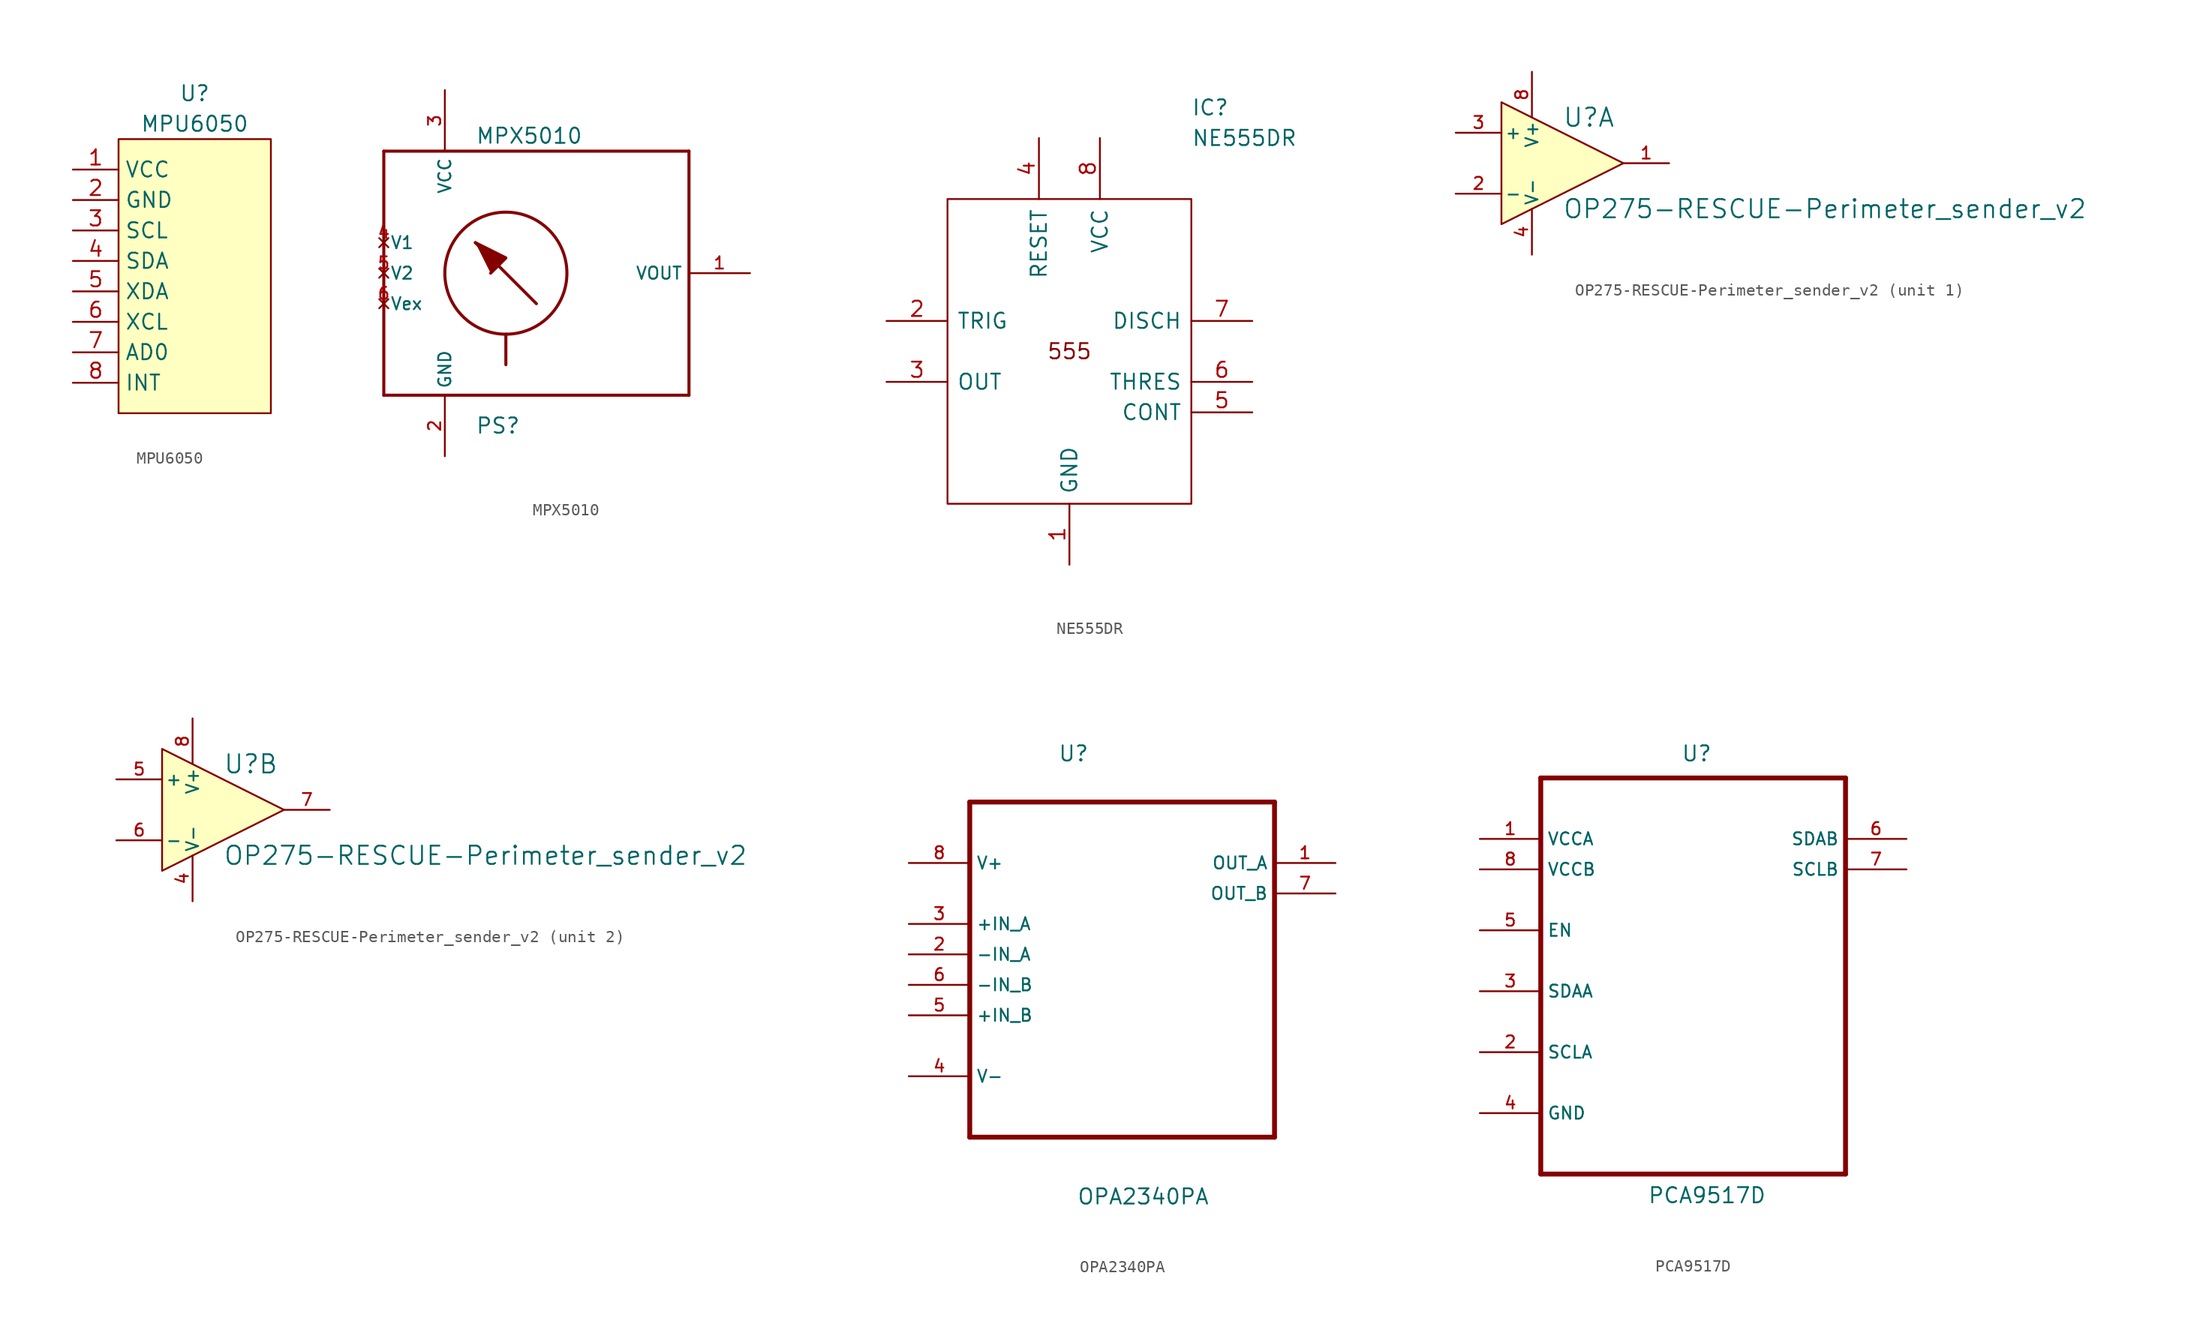
<source format=kicad_sym>
(kicad_symbol_lib
  (version 20201005)
  (generator kicad_symbol_editor)
  (symbol "Zimprich:MPU6050"
    (property "Reference" "U"
      (at 0 15.24 0)
      (effects (font (size 1.27 1.27))))
    (property "Value" "MPU6050"
      (at 0 12.7 0)
      (effects (font (size 1.27 1.27))))
    (symbol "MPU6050_0_1"
      (rectangle (start -6.35 11.43) (end 6.35 -11.43) (stroke (width 0)) (fill (type background))))
    (symbol "MPU6050_1_1"
      (pin input line (at -10.16 8.89 0) (length 3.81) (name "VCC" (effects (font (size 1.27 1.27)))) (number "1" (effects (font (size 1.27 1.27)))))
      (pin input line (at -10.16 6.35 0) (length 3.81) (name "GND" (effects (font (size 1.27 1.27)))) (number "2" (effects (font (size 1.27 1.27)))))
      (pin input line (at -10.16 3.81 0) (length 3.81) (name "SCL" (effects (font (size 1.27 1.27)))) (number "3" (effects (font (size 1.27 1.27)))))
      (pin input line (at -10.16 1.27 0) (length 3.81) (name "SDA" (effects (font (size 1.27 1.27)))) (number "4" (effects (font (size 1.27 1.27)))))
      (pin input line (at -10.16 -1.27 0) (length 3.81) (name "XDA" (effects (font (size 1.27 1.27)))) (number "5" (effects (font (size 1.27 1.27)))))
      (pin input line (at -10.16 -3.81 0) (length 3.81) (name "XCL" (effects (font (size 1.27 1.27)))) (number "6" (effects (font (size 1.27 1.27)))))
      (pin input line (at -10.16 -6.35 0) (length 3.81) (name "AD0" (effects (font (size 1.27 1.27)))) (number "7" (effects (font (size 1.27 1.27)))))
      (pin input line (at -10.16 -8.89 0) (length 3.81) (name "INT" (effects (font (size 1.27 1.27)))) (number "8" (effects (font (size 1.27 1.27)))))))
  (symbol "Zimprich:MPX5010"
    (property "Reference" "PS"
      (at -2.54 -12.7 0)
      (effects (font (size 1.27 1.27)) (justify left)))
    (property "Value" "MPX5010"
      (at -2.54 11.43 0)
      (effects (font (size 1.27 1.27)) (justify left)))
    (property "Footprint" ""
      (at 0 0 0)
      (effects (font (size 1.524 1.524))))
    (property "Datasheet" ""
      (at 0 0 0)
      (effects (font (size 1.524 1.524))))
    (symbol "MPX5010_0_0"
      (circle (center 0 0) (radius 5.08) (stroke (width 0.254)) (fill (type none)))
      (polyline (pts (xy -10.16 -10.16) (xy 15.24 -10.16)) (stroke (width 0.254)) (fill (type none)))
      (polyline (pts (xy -10.16 10.16) (xy -10.16 -10.16)) (stroke (width 0.254)) (fill (type none)))
      (polyline (pts (xy 0 -5.08) (xy 0 -7.62)) (stroke (width 0.254)) (fill (type none)))
      (polyline (pts (xy 2.54 -2.54) (xy -2.54 2.54)) (stroke (width 0.254)) (fill (type none)))
      (polyline (pts (xy 15.24 -10.16) (xy 15.24 10.16)) (stroke (width 0.254)) (fill (type none)))
      (polyline (pts (xy 15.24 10.16) (xy -10.16 10.16)) (stroke (width 0.254)) (fill (type none)))
      (polyline (pts (xy -2.54 2.54) (xy 0 1.27) (xy -1.27 0)) (stroke (width 0.254)) (fill (type outline)))
      (pin output line (at 20.32 0 180) (length 5.08) (name "VOUT" (effects (font (size 1.016 1.016)))) (number "1" (effects (font (size 1.016 1.016)))))
      (pin input line (at -5.08 -15.24 90) (length 5.08) (name "GND" (effects (font (size 1.016 1.016)))) (number "2" (effects (font (size 1.016 1.016)))))
      (pin input line (at -5.08 15.24 270) (length 5.08) (name "VCC" (effects (font (size 1.016 1.016)))) (number "3" (effects (font (size 1.016 1.016)))))
      (pin unconnected line (at -10.16 2.54 0) (length 0) (name "V1" (effects (font (size 1.016 1.016)))) (number "4" (effects (font (size 1.016 1.016)))))
      (pin unconnected line (at -10.16 0 0) (length 0) (name "V2" (effects (font (size 1.016 1.016)))) (number "5" (effects (font (size 1.016 1.016)))))
      (pin unconnected line (at -10.16 -2.54 0) (length 0) (name "Vex" (effects (font (size 1.016 1.016)))) (number "6" (effects (font (size 1.016 1.016)))))))
  (symbol "Zimprich:NE555DR"
    (pin_names
      (offset 0.762))
    (property "Reference" "IC"
      (at 25.4 17.78 0)
      (effects (font (size 1.27 1.27)) (justify left)))
    (property "Value" "NE555DR"
      (at 25.4 15.24 0)
      (effects (font (size 1.27 1.27)) (justify left)))
    (symbol "NE555DR_0_0"
      (pin bidirectional line (at 15.24 -20.32 90) (length 5.08) (name "GND" (effects (font (size 1.27 1.27)))) (number "1" (effects (font (size 1.27 1.27)))))
      (pin bidirectional line (at 0 0 0) (length 5.08) (name "TRIG" (effects (font (size 1.27 1.27)))) (number "2" (effects (font (size 1.27 1.27)))))
      (pin bidirectional line (at 0 -5.08 0) (length 5.08) (name "OUT" (effects (font (size 1.27 1.27)))) (number "3" (effects (font (size 1.27 1.27)))))
      (pin bidirectional line (at 12.7 15.24 270) (length 5.08) (name "RESET" (effects (font (size 1.27 1.27)))) (number "4" (effects (font (size 1.27 1.27)))))
      (pin bidirectional line (at 30.48 -7.62 180) (length 5.08) (name "CONT" (effects (font (size 1.27 1.27)))) (number "5" (effects (font (size 1.27 1.27)))))
      (pin bidirectional line (at 30.48 -5.08 180) (length 5.08) (name "THRES" (effects (font (size 1.27 1.27)))) (number "6" (effects (font (size 1.27 1.27)))))
      (pin bidirectional line (at 30.48 0 180) (length 5.08) (name "DISCH" (effects (font (size 1.27 1.27)))) (number "7" (effects (font (size 1.27 1.27)))))
      (pin bidirectional line (at 17.78 15.24 270) (length 5.08) (name "VCC" (effects (font (size 1.27 1.27)))) (number "8" (effects (font (size 1.27 1.27))))))
    (symbol "NE555DR_0_1"
      (text "555" (at 15.24 -2.54 0) (effects (font (size 1.27 1.27))))
      (polyline (pts (xy 5.08 10.16) (xy 25.4 10.16) (xy 25.4 -15.24) (xy 5.08 -15.24) (xy 5.08 10.16)) (stroke (width 0.152)) (fill (type none)))))
  (symbol "Zimprich:OP275-RESCUE-Perimeter_sender_v2"
    (pin_names
      (offset 0.254))
    (property "Reference" "U"
      (at 0 3.81 0)
      (effects (font (size 1.524 1.524)) (justify left)))
    (property "Value" "OP275-RESCUE-Perimeter_sender_v2"
      (at 0 -3.81 0)
      (effects (font (size 1.524 1.524)) (justify left)))
    (property "Footprint" ""
      (at 0 0 0)
      (effects (font (size 1.524 1.524))))
    (property "Datasheet" ""
      (at 0 0 0)
      (effects (font (size 1.524 1.524))))
    (symbol "OP275-RESCUE-Perimeter_sender_v2_0_1"
      (polyline (pts (xy -5.08 5.08) (xy 5.08 0) (xy -5.08 -5.08) (xy -5.08 5.08)) (stroke (width 0.152)) (fill (type background)))
      (pin power_in line (at -2.54 -7.62 90) (length 3.81) (name "V-" (effects (font (size 1.016 1.016)))) (number "4" (effects (font (size 1.016 1.016)))))
      (pin power_in line (at -2.54 7.62 270) (length 3.81) (name "V+" (effects (font (size 1.016 1.016)))) (number "8" (effects (font (size 1.016 1.016))))))
    (symbol "OP275-RESCUE-Perimeter_sender_v2_1_1"
      (pin output line (at 8.89 0 180) (length 3.81) (name "~" (effects (font (size 1.016 1.016)))) (number "1" (effects (font (size 1.016 1.016)))))
      (pin input line (at -8.89 -2.54 0) (length 3.81) (name "-" (effects (font (size 1.016 1.016)))) (number "2" (effects (font (size 1.016 1.016)))))
      (pin input line (at -8.89 2.54 0) (length 3.81) (name "+" (effects (font (size 1.016 1.016)))) (number "3" (effects (font (size 1.016 1.016))))))
    (symbol "OP275-RESCUE-Perimeter_sender_v2_2_1"
      (pin input line (at -8.89 2.54 0) (length 3.81) (name "+" (effects (font (size 1.016 1.016)))) (number "5" (effects (font (size 1.016 1.016)))))
      (pin input line (at -8.89 -2.54 0) (length 3.81) (name "-" (effects (font (size 1.016 1.016)))) (number "6" (effects (font (size 1.016 1.016)))))
      (pin output line (at 8.89 0 180) (length 3.81) (name "~" (effects (font (size 1.016 1.016)))) (number "7" (effects (font (size 1.016 1.016)))))))
  (symbol "Zimprich:OPA2340PA"
    (property "Reference" "U"
      (at -5.359 14.199 0)
      (effects (font (size 1.27 1.27)) (justify left)))
    (property "Value" "OPA2340PA"
      (at -3.785 -22.733 0)
      (effects (font (size 1.27 1.27)) (justify left)))
    (property "Datasheet" ""
      (at 0 0 0)
      (effects (font (size 1.524 1.524))))
    (property "ki_locked" ""
      (at 0 0 0)
      (effects (font (size 1.27 1.27))))
    (symbol "OPA2340PA_0_0"
      (polyline (pts (xy -12.7 -17.78) (xy 12.7 -17.78)) (stroke (width 0.406)) (fill (type none)))
      (polyline (pts (xy -12.7 10.16) (xy -12.7 -17.78)) (stroke (width 0.406)) (fill (type none)))
      (polyline (pts (xy 12.7 -17.78) (xy 12.7 10.16)) (stroke (width 0.406)) (fill (type none)))
      (polyline (pts (xy 12.7 10.16) (xy -12.7 10.16)) (stroke (width 0.406)) (fill (type none)))
      (pin output line (at 17.78 5.08 180) (length 5.08) (name "OUT_A" (effects (font (size 1.016 1.016)))) (number "1" (effects (font (size 1.016 1.016)))))
      (pin input line (at -17.78 -2.54 0) (length 5.08) (name "-IN_A" (effects (font (size 1.016 1.016)))) (number "2" (effects (font (size 1.016 1.016)))))
      (pin input line (at -17.78 0 0) (length 5.08) (name "+IN_A" (effects (font (size 1.016 1.016)))) (number "3" (effects (font (size 1.016 1.016)))))
      (pin input line (at -17.78 -12.7 0) (length 5.08) (name "V-" (effects (font (size 1.016 1.016)))) (number "4" (effects (font (size 1.016 1.016)))))
      (pin input line (at -17.78 -7.62 0) (length 5.08) (name "+IN_B" (effects (font (size 1.016 1.016)))) (number "5" (effects (font (size 1.016 1.016)))))
      (pin input line (at -17.78 -5.08 0) (length 5.08) (name "-IN_B" (effects (font (size 1.016 1.016)))) (number "6" (effects (font (size 1.016 1.016)))))
      (pin output line (at 17.78 2.54 180) (length 5.08) (name "OUT_B" (effects (font (size 1.016 1.016)))) (number "7" (effects (font (size 1.016 1.016)))))
      (pin input line (at -17.78 5.08 0) (length 5.08) (name "V+" (effects (font (size 1.016 1.016)))) (number "8" (effects (font (size 1.016 1.016)))))))
  (symbol "Zimprich:PCA9517D"
    (property "Reference" "U"
      (at -1.016 14.732 0)
      (effects (font (size 1.27 1.27)) (justify left)))
    (property "Value" "PCA9517D"
      (at -3.81 -22.098 0)
      (effects (font (size 1.27 1.27)) (justify left)))
    (symbol "PCA9517D_0_0"
      (polyline (pts (xy -12.7 -20.32) (xy 12.7 -20.32)) (stroke (width 0.406)) (fill (type none)))
      (polyline (pts (xy -12.7 12.7) (xy -12.7 -20.32)) (stroke (width 0.406)) (fill (type none)))
      (polyline (pts (xy 12.7 -20.32) (xy 12.7 12.7)) (stroke (width 0.406)) (fill (type none)))
      (polyline (pts (xy 12.7 12.7) (xy -12.7 12.7)) (stroke (width 0.406)) (fill (type none)))
      (pin input line (at -17.78 7.62 0) (length 5.08) (name "VCCA" (effects (font (size 1.016 1.016)))) (number "1" (effects (font (size 1.016 1.016)))))
      (pin input line (at -17.78 -10.16 0) (length 5.08) (name "SCLA" (effects (font (size 1.016 1.016)))) (number "2" (effects (font (size 1.016 1.016)))))
      (pin input line (at -17.78 -5.08 0) (length 5.08) (name "SDAA" (effects (font (size 1.016 1.016)))) (number "3" (effects (font (size 1.016 1.016)))))
      (pin passive line (at -17.78 -15.24 0) (length 5.08) (name "GND" (effects (font (size 1.016 1.016)))) (number "4" (effects (font (size 1.016 1.016)))))
      (pin input line (at -17.78 0 0) (length 5.08) (name "EN" (effects (font (size 1.016 1.016)))) (number "5" (effects (font (size 1.016 1.016)))))
      (pin output line (at 17.78 7.62 180) (length 5.08) (name "SDAB" (effects (font (size 1.016 1.016)))) (number "6" (effects (font (size 1.016 1.016)))))
      (pin output line (at 17.78 5.08 180) (length 5.08) (name "SCLB" (effects (font (size 1.016 1.016)))) (number "7" (effects (font (size 1.016 1.016)))))
      (pin input line (at -17.78 5.08 0) (length 5.08) (name "VCCB" (effects (font (size 1.016 1.016)))) (number "8" (effects (font (size 1.016 1.016))))))))
</source>
